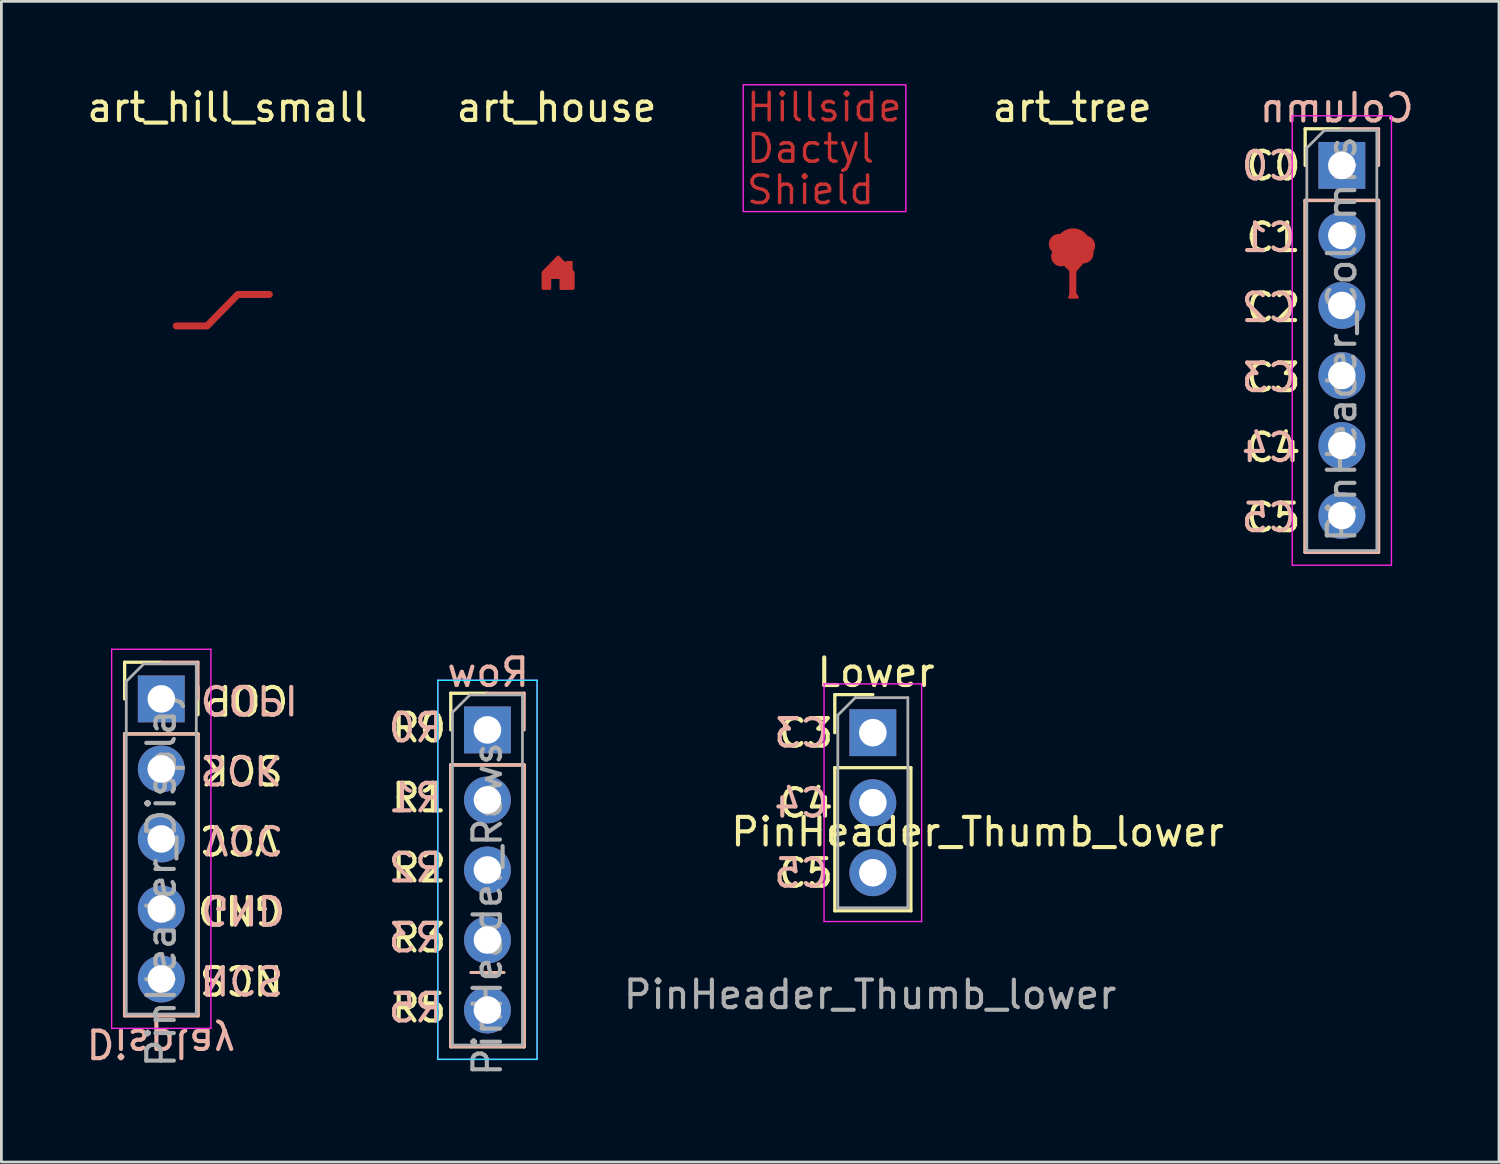
<source format=kicad_pcb>
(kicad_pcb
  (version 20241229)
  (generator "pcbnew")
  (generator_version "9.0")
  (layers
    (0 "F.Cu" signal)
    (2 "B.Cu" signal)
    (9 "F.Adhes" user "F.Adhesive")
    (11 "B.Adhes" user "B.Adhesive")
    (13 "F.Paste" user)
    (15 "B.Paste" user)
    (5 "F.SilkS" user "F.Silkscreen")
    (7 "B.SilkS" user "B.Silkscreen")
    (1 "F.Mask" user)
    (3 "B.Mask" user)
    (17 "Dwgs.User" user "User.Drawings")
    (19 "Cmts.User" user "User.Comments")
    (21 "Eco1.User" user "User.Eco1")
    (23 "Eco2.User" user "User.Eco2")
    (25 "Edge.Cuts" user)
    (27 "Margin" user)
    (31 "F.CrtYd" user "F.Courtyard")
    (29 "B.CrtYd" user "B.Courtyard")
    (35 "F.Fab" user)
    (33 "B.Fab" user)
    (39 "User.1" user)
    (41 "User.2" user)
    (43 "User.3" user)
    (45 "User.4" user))
  (footprint "PinHeader_Rows"
    (layer "F.Cu")
    (at 14.63 23.425)
    (property "Reference" "PinHeader_Rows" (at 0 6.5 90) (layer "F.Fab") (effects (font (size 1 1) (thickness 0.15))))
    (attr through_hole exclude_from_pos_files exclude_from_bom)
    (private_layers "User.9")
    (fp_line (start -1.33 -1.33) (end 0 -1.33) (stroke (width 0.12) (type solid)) (layer "F.SilkS"))
    (fp_line (start -1.33 0) (end -1.33 -1.33) (stroke (width 0.12) (type solid)) (layer "F.SilkS"))
    (fp_line (start -1.33 1.27) (end -1.33 11.49) (stroke (width 0.12) (type solid)) (layer "F.SilkS"))
    (fp_line (start -1.33 1.27) (end 1.33 1.27) (stroke (width 0.12) (type solid)) (layer "F.SilkS"))
    (fp_line (start -1.33 11.49) (end 1.33 11.49) (stroke (width 0.12) (type solid)) (layer "F.SilkS"))
    (fp_line (start -0.6 8.8) (end 0.6 8.8) (stroke (width 0.1) (type default)) (layer "F.SilkS"))
    (fp_line (start 1.33 1.27) (end 1.33 11.49) (stroke (width 0.12) (type solid)) (layer "F.SilkS"))
    (fp_line (start -1.33 1.27) (end 1.33 1.27) (stroke (width 0.12) (type solid)) (layer "B.SilkS"))
    (fp_line (start -1.33 11.49) (end -1.33 1.27) (stroke (width 0.12) (type solid)) (layer "B.SilkS"))
    (fp_line (start -1.33 11.49) (end 1.33 11.49) (stroke (width 0.12) (type solid)) (layer "B.SilkS"))
    (fp_line (start -0.6 8.8) (end 0.6 8.8) (stroke (width 0.1) (type default)) (layer "B.SilkS"))
    (fp_line (start 0 -1.33) (end 1.33 -1.33) (stroke (width 0.12) (type solid)) (layer "B.SilkS"))
    (fp_line (start 1.33 -1.33) (end 1.33 0) (stroke (width 0.12) (type solid)) (layer "B.SilkS"))
    (fp_line (start 1.33 11.49) (end 1.33 1.27) (stroke (width 0.12) (type solid)) (layer "B.SilkS"))
    (fp_line (start -1.8 -1.8) (end -1.8 11.95) (stroke (width 0.05) (type solid)) (layer "B.CrtYd"))
    (fp_line (start -1.8 11.95) (end 1.8 11.95) (stroke (width 0.05) (type solid)) (layer "B.CrtYd"))
    (fp_line (start 1.8 -1.8) (end -1.8 -1.8) (stroke (width 0.05) (type solid)) (layer "B.CrtYd"))
    (fp_line (start 1.8 11.95) (end 1.8 -1.8) (stroke (width 0.05) (type solid)) (layer "B.CrtYd"))
    (fp_line (start -1.8 -1.8) (end -1.8 11.95) (stroke (width 0.05) (type solid)) (layer "F.CrtYd"))
    (fp_line (start -1.8 11.95) (end 1.8 11.95) (stroke (width 0.05) (type solid)) (layer "F.CrtYd"))
    (fp_line (start 1.8 -1.8) (end -1.8 -1.8) (stroke (width 0.05) (type solid)) (layer "F.CrtYd"))
    (fp_line (start 1.8 11.95) (end 1.8 -1.8) (stroke (width 0.05) (type solid)) (layer "F.CrtYd"))
    (fp_line (start -1.27 -0.635) (end -0.635 -1.27) (stroke (width 0.1) (type solid)) (layer "F.Fab"))
    (fp_line (start -1.27 11.43) (end -1.27 -0.635) (stroke (width 0.1) (type solid)) (layer "F.Fab"))
    (fp_line (start -0.635 -1.27) (end 1.27 -1.27) (stroke (width 0.1) (type solid)) (layer "F.Fab"))
    (fp_line (start 1.27 -1.27) (end 1.27 11.43) (stroke (width 0.1) (type solid)) (layer "F.Fab"))
    (fp_line (start 1.27 11.43) (end -1.27 11.43) (stroke (width 0.1) (type solid)) (layer "F.Fab"))
    (fp_text user "R2" (at -3.556 5.588 0) (unlocked yes) (layer "F.SilkS") (effects (font (size 1 1) (thickness 0.15)) (justify left bottom)))
    (fp_text user "R1" (at -3.556 3.048 0) (unlocked yes) (layer "F.SilkS") (effects (font (size 1 1) (thickness 0.15)) (justify left bottom)))
    (fp_text user "R3" (at -3.556 8.128 0) (unlocked yes) (layer "F.SilkS") (effects (font (size 1 1) (thickness 0.15)) (justify left bottom)))
    (fp_text user "R5" (at -3.556 10.668 0) (unlocked yes) (layer "F.SilkS") (effects (font (size 1 1) (thickness 0.15)) (justify left bottom)))
    (fp_text user "R0" (at -3.556 0.508 0) (unlocked yes) (layer "F.SilkS") (effects (font (size 1 1) (thickness 0.15)) (justify left bottom)))
    (fp_text user "Row" (at 1.6 -1.5 0) (unlocked yes) (layer "B.SilkS") (effects (font (size 1 1) (thickness 0.15)) (justify left bottom mirror)))
    (fp_text user "R2" (at -1.524 5.588 0) (unlocked yes) (layer "B.SilkS") (effects (font (size 1 1) (thickness 0.15)) (justify left bottom mirror)))
    (fp_text user "R0" (at -1.524 0.508 0) (unlocked yes) (layer "B.SilkS") (effects (font (size 1 1) (thickness 0.15)) (justify left bottom mirror)))
    (fp_text user "R5" (at -1.524 10.668 0) (unlocked yes) (layer "B.SilkS") (effects (font (size 1 1) (thickness 0.15)) (justify left bottom mirror)))
    (fp_text user "R1" (at -1.524 3.048 0) (unlocked yes) (layer "B.SilkS") (effects (font (size 1 1) (thickness 0.15)) (justify left bottom mirror)))
    (fp_text user "R3" (at -1.524 8.128 0) (unlocked yes) (layer "B.SilkS") (effects (font (size 1 1) (thickness 0.15)) (justify left bottom mirror)))
    (pad "1" thru_hole rect (at 0 0) (size 1.7 1.7) (drill 1) (layers "*.Cu" "*.Mask"))
    (pad "2" thru_hole oval (at 0 2.54) (size 1.7 1.7) (drill 1) (layers "*.Cu" "*.Mask"))
    (pad "3" thru_hole oval (at 0 5.08) (size 1.7 1.7) (drill 1) (layers "*.Cu" "*.Mask"))
    (pad "4" thru_hole oval (at 0 7.62) (size 1.7 1.7) (drill 1) (layers "*.Cu" "*.Mask"))
    (pad "5" thru_hole oval (at 0 10.16) (size 1.7 1.7) (drill 1) (layers "*.Cu" "*.Mask")))
  (footprint "PinHeader_Columns"
    (layer "F.Cu")
    (at 45.62 2.95)
    (property "Reference" "PinHeader_Columns" (at 0 6.3 90) (layer "F.Fab") (effects (font (size 1 1) (thickness 0.15))))
    (attr through_hole exclude_from_pos_files exclude_from_bom)
    (private_layers "User.9")
    (fp_line (start -1.33 -1.33) (end 0 -1.33) (stroke (width 0.12) (type solid)) (layer "F.SilkS"))
    (fp_line (start -1.33 0) (end -1.33 -1.33) (stroke (width 0.12) (type solid)) (layer "F.SilkS"))
    (fp_line (start -1.33 1.27) (end -1.33 14.03) (stroke (width 0.12) (type solid)) (layer "F.SilkS"))
    (fp_line (start -1.33 1.27) (end 1.33 1.27) (stroke (width 0.12) (type solid)) (layer "F.SilkS"))
    (fp_line (start -1.33 14.03) (end 1.33 14.03) (stroke (width 0.12) (type solid)) (layer "F.SilkS"))
    (fp_line (start 1.33 1.27) (end 1.33 14.03) (stroke (width 0.12) (type solid)) (layer "F.SilkS"))
    (fp_line (start -1.33 1.27) (end 1.33 1.27) (stroke (width 0.12) (type solid)) (layer "B.SilkS"))
    (fp_line (start -1.33 14.03) (end -1.33 1.27) (stroke (width 0.12) (type solid)) (layer "B.SilkS"))
    (fp_line (start -1.33 14.03) (end 1.33 14.03) (stroke (width 0.12) (type solid)) (layer "B.SilkS"))
    (fp_line (start 0 -1.33) (end 1.33 -1.33) (stroke (width 0.12) (type solid)) (layer "B.SilkS"))
    (fp_line (start 1.33 -1.33) (end 1.33 0) (stroke (width 0.12) (type solid)) (layer "B.SilkS"))
    (fp_line (start 1.33 14.03) (end 1.33 1.27) (stroke (width 0.12) (type solid)) (layer "B.SilkS"))
    (fp_line (start -1.8 -1.8) (end -1.8 14.5) (stroke (width 0.05) (type solid)) (layer "F.CrtYd"))
    (fp_line (start -1.8 14.5) (end 1.8 14.5) (stroke (width 0.05) (type solid)) (layer "F.CrtYd"))
    (fp_line (start 1.8 -1.8) (end -1.8 -1.8) (stroke (width 0.05) (type solid)) (layer "F.CrtYd"))
    (fp_line (start 1.8 14.5) (end 1.8 -1.8) (stroke (width 0.05) (type solid)) (layer "F.CrtYd"))
    (fp_line (start -1.27 -0.635) (end -0.635 -1.27) (stroke (width 0.1) (type solid)) (layer "F.Fab"))
    (fp_line (start -1.27 13.97) (end -1.27 -0.635) (stroke (width 0.1) (type solid)) (layer "F.Fab"))
    (fp_line (start -0.635 -1.27) (end 1.27 -1.27) (stroke (width 0.1) (type solid)) (layer "F.Fab"))
    (fp_line (start 1.27 -1.27) (end 1.27 13.97) (stroke (width 0.1) (type solid)) (layer "F.Fab"))
    (fp_line (start 1.27 13.97) (end -1.27 13.97) (stroke (width 0.1) (type solid)) (layer "F.Fab"))
    (fp_text user "C3" (at -3.556 8.28 0) (unlocked yes) (layer "F.SilkS") (effects (font (size 1 1) (thickness 0.15)) (justify left bottom)))
    (fp_text user "C5" (at -3.556 13.36 0) (unlocked yes) (layer "F.SilkS") (effects (font (size 1 1) (thickness 0.15)) (justify left bottom)))
    (fp_text user "C1" (at -3.556 3.2 0) (unlocked yes) (layer "F.SilkS") (effects (font (size 1 1) (thickness 0.15)) (justify left bottom)))
    (fp_text user "C0" (at -3.556 0.6 0) (unlocked yes) (layer "F.SilkS") (effects (font (size 1 1) (thickness 0.15)) (justify left bottom)))
    (fp_text user "C4" (at -3.556 10.82 0) (unlocked yes) (layer "F.SilkS") (effects (font (size 1 1) (thickness 0.15)) (justify left bottom)))
    (fp_text user "C2" (at -3.556 5.74 0) (unlocked yes) (layer "F.SilkS") (effects (font (size 1 1) (thickness 0.15)) (justify left bottom)))
    (fp_text user "C3" (at -1.575 8.28 0) (unlocked yes) (layer "B.SilkS") (effects (font (size 1 1) (thickness 0.15)) (justify left bottom mirror)))
    (fp_text user "C4" (at -1.575 10.82 0) (unlocked yes) (layer "B.SilkS") (effects (font (size 1 1) (thickness 0.15)) (justify left bottom mirror)))
    (fp_text user "Column" (at 2.7 -1.5 0) (unlocked yes) (layer "B.SilkS") (effects (font (size 1 1) (thickness 0.15)) (justify left bottom mirror)))
    (fp_text user "C1" (at -1.575 3.2 0) (unlocked yes) (layer "B.SilkS") (effects (font (size 1 1) (thickness 0.15)) (justify left bottom mirror)))
    (fp_text user "C5" (at -1.575 13.36 0) (unlocked yes) (layer "B.SilkS") (effects (font (size 1 1) (thickness 0.15)) (justify left bottom mirror)))
    (fp_text user "C0" (at -1.575 0.6 0) (unlocked yes) (layer "B.SilkS") (effects (font (size 1 1) (thickness 0.15)) (justify left bottom mirror)))
    (fp_text user "C2" (at -1.575 5.74 0) (unlocked yes) (layer "B.SilkS") (effects (font (size 1 1) (thickness 0.15)) (justify left bottom mirror)))
    (pad "1" thru_hole rect (at 0 0) (size 1.7 1.7) (drill 1) (layers "*.Cu" "*.Mask"))
    (pad "2" thru_hole oval (at 0 2.54) (size 1.7 1.7) (drill 1) (layers "*.Cu" "*.Mask"))
    (pad "3" thru_hole oval (at 0 5.08) (size 1.7 1.7) (drill 1) (layers "*.Cu" "*.Mask"))
    (pad "4" thru_hole oval (at 0 7.62) (size 1.7 1.7) (drill 1) (layers "*.Cu" "*.Mask"))
    (pad "5" thru_hole oval (at 0 10.16) (size 1.7 1.7) (drill 1) (layers "*.Cu" "*.Mask"))
    (pad "6" thru_hole oval (at 0 12.7) (size 1.7 1.7) (drill 1) (layers "*.Cu" "*.Mask")))
  (footprint "art_hill_small"
    (layer "F.Cu")
    (at 5.196 8.011)
    (property "Reference" "art_hill_small" (at 0 -7.163 0) (unlocked yes) (layer "F.SilkS") (effects (font (size 1 1) (thickness 0.15))))
    (attr smd board_only exclude_from_pos_files exclude_from_bom allow_missing_courtyard dnp allow_soldermask_bridges)
    (pad "" smd custom (at -1.168 0.762) (size 0.864 0.254) (layers "F.Cu" "F.Mask") (options (anchor rect)) (primitives (gr_line (start -0.686 0) (end -0.178 0) (width 0.254)) (gr_line (start 0.432 0) (end 1.549 -1.143) (width 0.254)) (gr_line (start 1.549 -1.143) (end 2.692 -1.143) (width 0.254)))))
  (footprint "PinHeader_Display"
    (layer "F.Cu")
    (at 2.8 22.3)
    (property "Reference" "PinHeader_Display" (at 0 6.5 270) (layer "F.Fab") (effects (font (size 1 1) (thickness 0.15))))
    (attr through_hole exclude_from_pos_files exclude_from_bom)
    (private_layers "User.9")
    (fp_line (start -1.33 -1.33) (end 0 -1.33) (stroke (width 0.12) (type solid)) (layer "F.SilkS"))
    (fp_line (start -1.33 0) (end -1.33 -1.33) (stroke (width 0.12) (type solid)) (layer "F.SilkS"))
    (fp_line (start -1.33 1.27) (end -1.33 11.49) (stroke (width 0.12) (type solid)) (layer "F.SilkS"))
    (fp_line (start -1.33 1.27) (end 1.33 1.27) (stroke (width 0.12) (type solid)) (layer "F.SilkS"))
    (fp_line (start -1.33 11.49) (end 1.33 11.49) (stroke (width 0.12) (type solid)) (layer "F.SilkS"))
    (fp_line (start 1.33 1.27) (end 1.33 11.49) (stroke (width 0.12) (type solid)) (layer "F.SilkS"))
    (fp_line (start -1.33 1.27) (end 1.33 1.27) (stroke (width 0.12) (type solid)) (layer "B.SilkS"))
    (fp_line (start -1.33 11.49) (end -1.33 1.27) (stroke (width 0.12) (type solid)) (layer "B.SilkS"))
    (fp_line (start -1.33 11.49) (end 1.33 11.49) (stroke (width 0.12) (type solid)) (layer "B.SilkS"))
    (fp_line (start 0 -1.33) (end 1.33 -1.33) (stroke (width 0.12) (type solid)) (layer "B.SilkS"))
    (fp_line (start 1.33 -1.33) (end 1.33 0) (stroke (width 0.12) (type solid)) (layer "B.SilkS"))
    (fp_line (start 1.33 11.49) (end 1.33 1.27) (stroke (width 0.12) (type solid)) (layer "B.SilkS"))
    (fp_line (start -1.8 -1.8) (end -1.8 11.95) (stroke (width 0.05) (type solid)) (layer "F.CrtYd"))
    (fp_line (start -1.8 11.95) (end 1.8 11.95) (stroke (width 0.05) (type solid)) (layer "F.CrtYd"))
    (fp_line (start 1.8 -1.8) (end -1.8 -1.8) (stroke (width 0.05) (type solid)) (layer "F.CrtYd"))
    (fp_line (start 1.8 11.95) (end 1.8 -1.8) (stroke (width 0.05) (type solid)) (layer "F.CrtYd"))
    (fp_line (start -1.27 -0.635) (end -0.635 -1.27) (stroke (width 0.1) (type solid)) (layer "F.Fab"))
    (fp_line (start -1.27 11.43) (end -1.27 -0.635) (stroke (width 0.1) (type solid)) (layer "F.Fab"))
    (fp_line (start -0.635 -1.27) (end 1.27 -1.27) (stroke (width 0.1) (type solid)) (layer "F.Fab"))
    (fp_line (start 1.27 -1.27) (end 1.27 11.43) (stroke (width 0.1) (type solid)) (layer "F.Fab"))
    (fp_line (start 1.27 11.43) (end -1.27 11.43) (stroke (width 0.1) (type solid)) (layer "F.Fab"))
    (fp_text user "NCS" (at 4.5 9.595 180) (unlocked yes) (layer "F.SilkS") (effects (font (size 1 1) (thickness 0.15)) (justify left bottom)))
    (fp_text user "GND" (at 4.475 7.055 180) (unlocked yes) (layer "F.SilkS") (effects (font (size 1 1) (thickness 0.15)) (justify left bottom)))
    (fp_text user "VCC" (at 4.35 4.515 180) (unlocked yes) (layer "F.SilkS") (effects (font (size 1 1) (thickness 0.15)) (justify left bottom)))
    (fp_text user "SCK" (at 4.5 1.975 180) (unlocked yes) (layer "F.SilkS") (effects (font (size 1 1) (thickness 0.15)) (justify left bottom)))
    (fp_text user "COPI" (at 4.7 -0.565 180) (unlocked yes) (layer "F.SilkS") (effects (font (size 1 1) (thickness 0.15)) (justify left bottom)))
    (fp_text user "COPI" (at 1.33 -0.565 180) (unlocked yes) (layer "B.SilkS") (effects (font (size 1 1) (thickness 0.15)) (justify left bottom mirror)))
    (fp_text user "VCC" (at 1.471 4.515 180) (unlocked yes) (layer "B.SilkS") (effects (font (size 1 1) (thickness 0.15)) (justify left bottom mirror)))
    (fp_text user "GND" (at 1.346 7.055 180) (unlocked yes) (layer "B.SilkS") (effects (font (size 1 1) (thickness 0.15)) (justify left bottom mirror)))
    (fp_text user "SCK" (at 1.321 1.975 180) (unlocked yes) (layer "B.SilkS") (effects (font (size 1 1) (thickness 0.15)) (justify left bottom mirror)))
    (fp_text user "Display" (at -2.8 11.9 180) (unlocked yes) (layer "B.SilkS") (effects (font (size 1 1) (thickness 0.15)) (justify left bottom mirror)))
    (fp_text user "NCS" (at 1.321 9.595 180) (unlocked yes) (layer "B.SilkS") (effects (font (size 1 1) (thickness 0.15)) (justify left bottom mirror)))
    (fp_text_box "GND pin has no default connection to GND plane" (start -10.9 -7.05) (end 10.5 -2.55) (margins 1.002 1.002 1.002 1.002) (layer "User.9") (effects (font (size 1 1) (thickness 0.15)) (justify left top)) (border yes) (stroke (width 0.1) (type solid)))
    (pad "1" thru_hole rect (at 0 0) (size 1.7 1.7) (drill 1) (layers "*.Cu" "*.Mask"))
    (pad "2" thru_hole oval (at 0 2.54) (size 1.7 1.7) (drill 1) (layers "*.Cu" "*.Mask"))
    (pad "3" thru_hole oval (at 0 5.08) (size 1.7 1.7) (drill 1) (layers "*.Cu" "*.Mask"))
    (pad "4" thru_hole oval (at 0 7.62) (size 1.7 1.7) (drill 1) (layers "*.Cu" "*.Mask"))
    (pad "5" thru_hole oval (at 0 10.16) (size 1.7 1.7) (drill 1) (layers "*.Cu" "*.Mask")))
  (footprint "art_name"
    (layer "F.Cu")
    (at 26.706 2.425)
    (property "Reference" "art_name" (at 0 6.2 0) (unlocked yes) (layer "User.9") (effects (font (size 1 1) (thickness 0.15))))
    (attr smd board_only exclude_from_pos_files exclude_from_bom dnp allow_soldermask_bridges)
    (private_layers "User.9")
    (fp_rect (start -2.8 -2.4) (end 3.1 2.2) (stroke (width 0.05) (type default)) (fill no) (layer "F.CrtYd"))
    (fp_text user "Shield" (at -2.75 2 0) (unlocked yes) (layer "F.Cu") (effects (font (size 1 1) (thickness 0.125)) (justify left bottom)))
    (fp_text user "Dactyl" (at -2.75 0.5 0) (unlocked yes) (layer "F.Cu") (effects (font (size 1 1) (thickness 0.125)) (justify left bottom)))
    (fp_text user "Hillside" (at -2.75 -1 0) (unlocked yes) (layer "F.Cu") (effects (font (size 1 1) (thickness 0.125)) (justify left bottom)))
    (fp_text user "Shield" (at -2.75 2 0) (unlocked yes) (layer "F.Mask") (effects (font (size 1 1) (thickness 0.125)) (justify left bottom)))
    (fp_text user "Hillside" (at -2.75 -1 0) (unlocked yes) (layer "F.Mask") (effects (font (size 1 1) (thickness 0.125)) (justify left bottom)))
    (fp_text user "Dactyl" (at -2.75 0.5 0) (unlocked yes) (layer "F.Mask") (effects (font (size 1 1) (thickness 0.125)) (justify left bottom))))
  (footprint "PinHeader_Thumb_lower"
    (layer "F.Cu")
    (at 28.609 23.525)
    (property "Reference" "PinHeader_Thumb_lower" (at 3.8 3.6 0) (layer "F.SilkS") (effects (font (size 1 1) (thickness 0.15))))
    (attr through_hole)
    (fp_line (start -1.38 -1.38) (end 0 -1.38) (stroke (width 0.12) (type solid)) (layer "F.SilkS"))
    (fp_line (start -1.38 0) (end -1.38 -1.38) (stroke (width 0.12) (type solid)) (layer "F.SilkS"))
    (fp_line (start -1.38 1.27) (end -1.38 6.46) (stroke (width 0.12) (type solid)) (layer "F.SilkS"))
    (fp_line (start -1.38 1.27) (end 1.38 1.27) (stroke (width 0.12) (type solid)) (layer "F.SilkS"))
    (fp_line (start -1.38 6.46) (end 1.38 6.46) (stroke (width 0.12) (type solid)) (layer "F.SilkS"))
    (fp_line (start 1.38 1.27) (end 1.38 6.46) (stroke (width 0.12) (type solid)) (layer "F.SilkS"))
    (fp_line (start -1.77 -1.77) (end -1.77 6.85) (stroke (width 0.05) (type solid)) (layer "F.CrtYd"))
    (fp_line (start -1.77 6.85) (end 1.77 6.85) (stroke (width 0.05) (type solid)) (layer "F.CrtYd"))
    (fp_line (start 1.77 -1.77) (end -1.77 -1.77) (stroke (width 0.05) (type solid)) (layer "F.CrtYd"))
    (fp_line (start 1.77 6.85) (end 1.77 -1.77) (stroke (width 0.05) (type solid)) (layer "F.CrtYd"))
    (fp_line (start -1.27 -0.635) (end -0.635 -1.27) (stroke (width 0.1) (type solid)) (layer "F.Fab"))
    (fp_line (start -1.27 6.35) (end -1.27 -0.635) (stroke (width 0.1) (type solid)) (layer "F.Fab"))
    (fp_line (start -0.635 -1.27) (end 1.27 -1.27) (stroke (width 0.1) (type solid)) (layer "F.Fab"))
    (fp_line (start 1.27 -1.27) (end 1.27 6.35) (stroke (width 0.1) (type solid)) (layer "F.Fab"))
    (fp_line (start 1.27 6.35) (end -1.27 6.35) (stroke (width 0.1) (type solid)) (layer "F.Fab"))
    (fp_text user "Lower" (at -2.1 -1.6 0) (unlocked yes) (layer "F.SilkS") (effects (font (size 1 1) (thickness 0.15)) (justify left bottom)))
    (fp_text user "C4" (at -3.5 3.14 0) (unlocked yes) (layer "F.SilkS") (effects (font (size 1 1) (thickness 0.15)) (justify left bottom)))
    (fp_text user "C3" (at -3.5 0.6 0) (unlocked yes) (layer "F.SilkS") (effects (font (size 1 1) (thickness 0.15)) (justify left bottom)))
    (fp_text user "C5" (at -3.5 5.68 0) (unlocked yes) (layer "F.SilkS") (effects (font (size 1 1) (thickness 0.15)) (justify left bottom)))
    (fp_text user "C3" (at -1.519 0.6 0) (unlocked yes) (layer "B.SilkS") (effects (font (size 1 1) (thickness 0.15)) (justify left bottom mirror)))
    (fp_text user "C4" (at -1.519 3.14 0) (unlocked yes) (layer "B.SilkS") (effects (font (size 1 1) (thickness 0.15)) (justify left bottom mirror)))
    (fp_text user "C5" (at -1.519 5.68 0) (unlocked yes) (layer "B.SilkS") (effects (font (size 1 1) (thickness 0.15)) (justify left bottom mirror)))
    (fp_text user "${REFERENCE}" (at -0.1 9.5 180) (layer "F.Fab") (effects (font (size 1 1) (thickness 0.15))))
    (pad "1" thru_hole rect (at 0 0) (size 1.7 1.7) (drill 1) (layers "*.Cu" "*.Mask"))
    (pad "2" thru_hole circle (at 0 2.54) (size 1.7 1.7) (drill 1) (layers "*.Cu" "*.Mask"))
    (pad "3" thru_hole circle (at 0 5.08) (size 1.7 1.7) (drill 1) (layers "*.Cu" "*.Mask")))
  (footprint "art_tree"
    (layer "F.Cu")
    (at 35.862 6.843)
    (property "Reference" "art_tree" (at -0.025 -5.994 0) (unlocked yes) (layer "F.SilkS") (effects (font (size 1 1) (thickness 0.15))))
    (attr smd board_only exclude_from_pos_files exclude_from_bom allow_missing_courtyard dnp allow_soldermask_bridges)
    (pad "" smd custom (at 0 0.152) (size 0.254 1.5) (layers "F.Cu" "F.Mask") (options (anchor rect)) (primitives (gr_circle (center -0.499 -1.19) (end -0.277 -1.19) (width 0.3) (fill no)) (gr_circle (center 0.44 -1.13) (end 0.661 -1.13) (width 0.3) (fill no)) (gr_circle (center 0.38 -0.86) (end 0.601 -0.86) (width 0.3) (fill no)) (gr_poly (pts (xy 0.17 0.74) (xy -0.12 0.74) (xy 0 0.49)) (width 0.1) (fill yes)) (gr_poly (pts (xy 0.02 -0.14) (xy -0.36 -0.51) (xy 0.35 -0.535)) (width 0.1) (fill yes)) (gr_circle (center -0.43 -0.74) (end -0.224 -0.74) (width 0.3) (fill no)) (gr_circle (center 0.01 -1.122) (end 0.301 -1.122) (width 0.7) (fill no)))))
  (footprint "art_house"
    (layer "F.Cu")
    (at 17.162 6.718)
    (property "Reference" "art_house" (at -0.025 -5.87 0) (unlocked yes) (layer "F.SilkS") (effects (font (size 1 1) (thickness 0.15))))
    (attr smd board_only exclude_from_pos_files exclude_from_bom allow_missing_courtyard dnp allow_soldermask_bridges)
    (pad "" smd custom (at 0.432 -0.051) (size 0.254 0.5) (layers "F.Cu" "F.Mask") (options (anchor rect)) (primitives (gr_poly (pts (xy 0.15 0.163) (xy 0.15 0.75) (xy -0.3 0.75) (xy -0.3 0.35) (xy -0.7 0.35) (xy -0.7 0.75) (xy -0.95 0.75) (xy -0.95 0.163) (xy -0.4 -0.4)) (width 0.1) (fill yes)))))
  (gr_rect
    (start -3 -3)
    (end 51.32 39.098)
    (stroke (width 0.1) (type default))
    (fill no)
    (layer "Edge.Cuts")))
</source>
